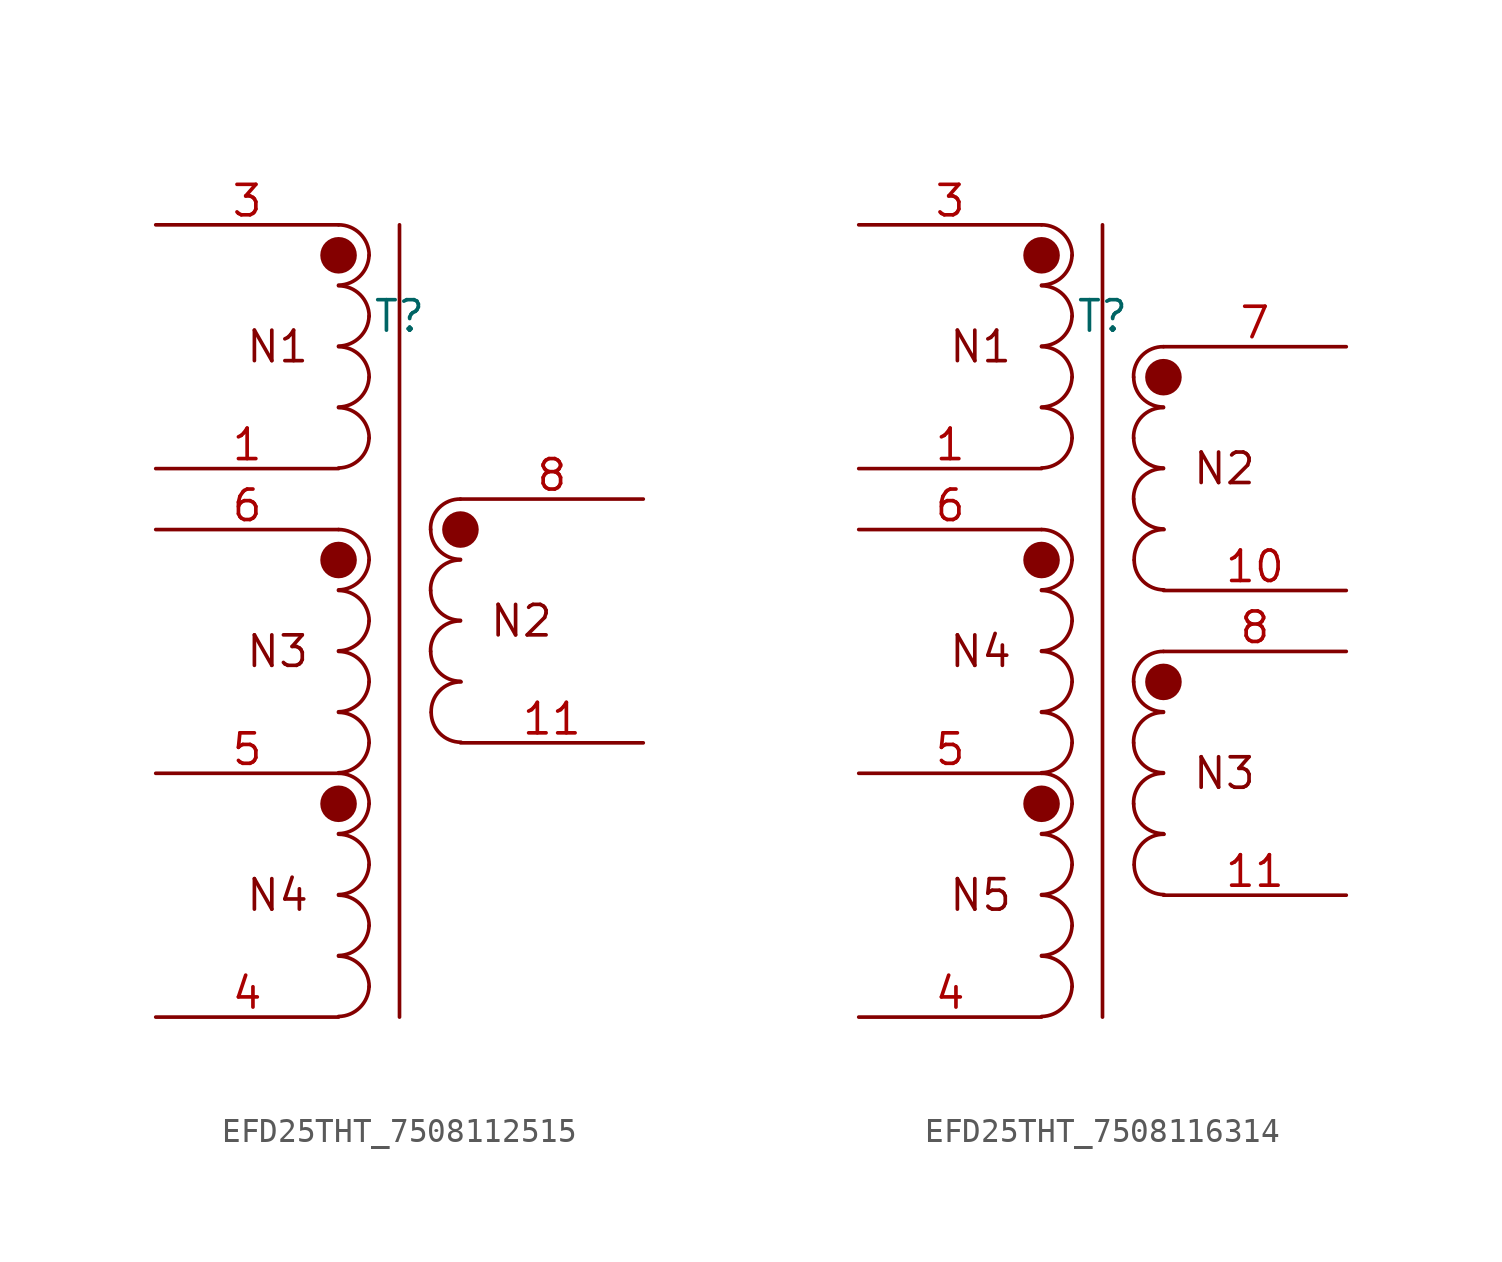
<source format=kicad_sym>
(kicad_symbol_lib
  (version 20220914)
  (generator kicad_symbol_editor)
  (symbol "EFD25THT_7508112515"
    (pin_names hide)
    (property "Reference" "T"
      (at 0 12.7 0)
      (effects (font (size 1.27 1.27))))
    (symbol "EFD25THT_7508112515_0_1"
      (arc (start -2.54 -16.4846) (mid -1.6561 -16.1163) (end -1.27 -15.24) (stroke (width 0) (type default)) (fill (type none)))
      (arc (start -2.54 -13.9446) (mid -1.6561 -13.5763) (end -1.27 -12.7) (stroke (width 0) (type default)) (fill (type none)))
      (arc (start -2.54 -11.4046) (mid -1.6561 -11.0363) (end -1.27 -10.16) (stroke (width 0) (type default)) (fill (type none)))
      (arc (start -2.54 -8.8646) (mid -1.6561 -8.4963) (end -1.27 -7.62) (stroke (width 0) (type default)) (fill (type none)))
      (arc (start -2.54 -6.3246) (mid -1.6561 -5.9563) (end -1.27 -5.08) (stroke (width 0) (type default)) (fill (type none)))
      (arc (start -2.54 -3.7846) (mid -1.6561 -3.4163) (end -1.27 -2.54) (stroke (width 0) (type default)) (fill (type none)))
      (arc (start -2.54 -1.2446) (mid -1.6561 -0.8763) (end -1.27 0) (stroke (width 0) (type default)) (fill (type none)))
      (arc (start -2.54 1.2954) (mid -1.6561 1.6637) (end -1.27 2.54) (stroke (width 0) (type default)) (fill (type none)))
      (arc (start -2.54 6.3754) (mid -1.6561 6.7437) (end -1.27 7.62) (stroke (width 0) (type default)) (fill (type none)))
      (arc (start -2.54 8.9154) (mid -1.6561 9.2837) (end -1.27 10.16) (stroke (width 0) (type default)) (fill (type none)))
      (arc (start -2.54 11.4554) (mid -1.6561 11.8237) (end -1.27 12.7) (stroke (width 0) (type default)) (fill (type none)))
      (arc (start -2.54 13.9954) (mid -1.6561 14.3637) (end -1.27 15.24) (stroke (width 0) (type default)) (fill (type none)))
      (arc (start -1.27 -15.24) (mid -1.642 -14.342) (end -2.54 -13.97) (stroke (width 0) (type default)) (fill (type none)))
      (arc (start -1.27 -12.7) (mid -1.642 -11.802) (end -2.54 -11.43) (stroke (width 0) (type default)) (fill (type none)))
      (arc (start -1.27 -10.16) (mid -1.642 -9.262) (end -2.54 -8.89) (stroke (width 0) (type default)) (fill (type none)))
      (arc (start -1.27 -7.62) (mid -1.642 -6.722) (end -2.54 -6.35) (stroke (width 0) (type default)) (fill (type none)))
      (arc (start -1.27 -5.08) (mid -1.642 -4.182) (end -2.54 -3.81) (stroke (width 0) (type default)) (fill (type none)))
      (arc (start -1.27 -2.54) (mid -1.642 -1.642) (end -2.54 -1.27) (stroke (width 0) (type default)) (fill (type none)))
      (arc (start -1.27 0) (mid -1.642 0.898) (end -2.54 1.27) (stroke (width 0) (type default)) (fill (type none)))
      (arc (start -1.27 2.54) (mid -1.642 3.438) (end -2.54 3.81) (stroke (width 0) (type default)) (fill (type none)))
      (arc (start -1.27 7.62) (mid -1.642 8.518) (end -2.54 8.89) (stroke (width 0) (type default)) (fill (type none)))
      (arc (start -1.27 10.16) (mid -1.642 11.058) (end -2.54 11.43) (stroke (width 0) (type default)) (fill (type none)))
      (arc (start -1.27 12.7) (mid -1.642 13.598) (end -2.54 13.97) (stroke (width 0) (type default)) (fill (type none)))
      (arc (start -1.27 15.24) (mid -1.642 16.138) (end -2.54 16.51) (stroke (width 0) (type default)) (fill (type none)))
      (polyline (pts (xy 0 16.51) (xy 0 -16.51)) (stroke (width 0) (type default)) (fill (type none)))
      (arc (start 1.2954 -1.27) (mid 1.6599 -2.1501) (end 2.54 -2.5146) (stroke (width 0) (type default)) (fill (type none)))
      (arc (start 1.2954 1.27) (mid 1.6599 0.3899) (end 2.54 0.0254) (stroke (width 0) (type default)) (fill (type none)))
      (arc (start 1.2954 3.81) (mid 1.6599 2.9299) (end 2.54 2.5654) (stroke (width 0) (type default)) (fill (type none)))
      (arc (start 1.3208 -3.81) (mid 1.6853 -4.6901) (end 2.5654 -5.0546) (stroke (width 0) (type default)) (fill (type none)))
      (arc (start 2.54 0) (mid 1.642 -0.372) (end 1.2954 -1.27) (stroke (width 0) (type default)) (fill (type none)))
      (arc (start 2.54 2.54) (mid 1.642 2.168) (end 1.2954 1.27) (stroke (width 0) (type default)) (fill (type none)))
      (arc (start 2.54 5.08) (mid 1.642 4.708) (end 1.2954 3.81) (stroke (width 0) (type default)) (fill (type none)))
      (arc (start 2.5654 -2.54) (mid 1.6674 -2.912) (end 1.3208 -3.81) (stroke (width 0) (type default)) (fill (type none))))
    (symbol "EFD25THT_7508112515_1_1"
      (circle (center -2.54 -7.62) (radius 0.0001) (stroke (width 0.762) (type default)) (fill (type none)))
      (circle (center -2.54 2.54) (radius 0.0001) (stroke (width 0.762) (type default)) (fill (type none)))
      (circle (center -2.54 15.24) (radius 0.0001) (stroke (width 0.762) (type default)) (fill (type none)))
      (circle (center 2.54 3.81) (radius 0.0001) (stroke (width 0.762) (type default)) (fill (type none)))
      (text "N1" (at -5.08 11.43 0) (effects (font (size 1.27 1.27))))
      (text "N2" (at 5.08 0 0) (effects (font (size 1.27 1.27))))
      (text "N3" (at -5.08 -1.27 0) (effects (font (size 1.27 1.27))))
      (text "N4" (at -5.08 -11.43 0) (effects (font (size 1.27 1.27))))
      (pin passive line (at -10.16 6.35 0) (length 7.62) (name "1" (effects (font (size 1.27 1.27)))) (number "1" (effects (font (size 1.27 1.27)))))
      (pin passive line (at 10.16 -5.08 180) (length 7.62) (name "11" (effects (font (size 1.27 1.27)))) (number "11" (effects (font (size 1.27 1.27)))))
      (pin passive line (at -10.16 16.51 0) (length 7.62) (name "3" (effects (font (size 1.27 1.27)))) (number "3" (effects (font (size 1.27 1.27)))))
      (pin passive line (at -10.16 -16.51 0) (length 7.62) (name "4" (effects (font (size 1.27 1.27)))) (number "4" (effects (font (size 1.27 1.27)))))
      (pin passive line (at -10.16 -6.35 0) (length 7.62) (name "5" (effects (font (size 1.27 1.27)))) (number "5" (effects (font (size 1.27 1.27)))))
      (pin passive line (at -10.16 3.81 0) (length 7.62) (name "6" (effects (font (size 1.27 1.27)))) (number "6" (effects (font (size 1.27 1.27)))))
      (pin passive line (at 10.16 5.08 180) (length 7.62) (name "8" (effects (font (size 1.27 1.27)))) (number "8" (effects (font (size 1.27 1.27)))))))
  (symbol "EFD25THT_7508116314"
    (pin_names hide)
    (property "Reference" "T"
      (at 0 12.7 0)
      (effects (font (size 1.27 1.27))))
    (symbol "EFD25THT_7508116314_0_1"
      (arc (start -2.54 -16.4846) (mid -1.6561 -16.1163) (end -1.27 -15.24) (stroke (width 0) (type default)) (fill (type none)))
      (arc (start -2.54 -13.9446) (mid -1.6561 -13.5763) (end -1.27 -12.7) (stroke (width 0) (type default)) (fill (type none)))
      (arc (start -2.54 -11.4046) (mid -1.6561 -11.0363) (end -1.27 -10.16) (stroke (width 0) (type default)) (fill (type none)))
      (arc (start -2.54 -8.8646) (mid -1.6561 -8.4963) (end -1.27 -7.62) (stroke (width 0) (type default)) (fill (type none)))
      (arc (start -2.54 -6.3246) (mid -1.6561 -5.9563) (end -1.27 -5.08) (stroke (width 0) (type default)) (fill (type none)))
      (arc (start -2.54 -3.7846) (mid -1.6561 -3.4163) (end -1.27 -2.54) (stroke (width 0) (type default)) (fill (type none)))
      (arc (start -2.54 -1.2446) (mid -1.6561 -0.8763) (end -1.27 0) (stroke (width 0) (type default)) (fill (type none)))
      (arc (start -2.54 1.2954) (mid -1.6561 1.6637) (end -1.27 2.54) (stroke (width 0) (type default)) (fill (type none)))
      (arc (start -2.54 6.3754) (mid -1.6561 6.7437) (end -1.27 7.62) (stroke (width 0) (type default)) (fill (type none)))
      (arc (start -2.54 8.9154) (mid -1.6561 9.2837) (end -1.27 10.16) (stroke (width 0) (type default)) (fill (type none)))
      (arc (start -2.54 11.4554) (mid -1.6561 11.8237) (end -1.27 12.7) (stroke (width 0) (type default)) (fill (type none)))
      (arc (start -2.54 13.9954) (mid -1.6561 14.3637) (end -1.27 15.24) (stroke (width 0) (type default)) (fill (type none)))
      (arc (start -1.27 -15.24) (mid -1.642 -14.342) (end -2.54 -13.97) (stroke (width 0) (type default)) (fill (type none)))
      (arc (start -1.27 -12.7) (mid -1.642 -11.802) (end -2.54 -11.43) (stroke (width 0) (type default)) (fill (type none)))
      (arc (start -1.27 -10.16) (mid -1.642 -9.262) (end -2.54 -8.89) (stroke (width 0) (type default)) (fill (type none)))
      (arc (start -1.27 -7.62) (mid -1.642 -6.722) (end -2.54 -6.35) (stroke (width 0) (type default)) (fill (type none)))
      (arc (start -1.27 -5.08) (mid -1.642 -4.182) (end -2.54 -3.81) (stroke (width 0) (type default)) (fill (type none)))
      (arc (start -1.27 -2.54) (mid -1.642 -1.642) (end -2.54 -1.27) (stroke (width 0) (type default)) (fill (type none)))
      (arc (start -1.27 0) (mid -1.642 0.898) (end -2.54 1.27) (stroke (width 0) (type default)) (fill (type none)))
      (arc (start -1.27 2.54) (mid -1.642 3.438) (end -2.54 3.81) (stroke (width 0) (type default)) (fill (type none)))
      (arc (start -1.27 7.62) (mid -1.642 8.518) (end -2.54 8.89) (stroke (width 0) (type default)) (fill (type none)))
      (arc (start -1.27 10.16) (mid -1.642 11.058) (end -2.54 11.43) (stroke (width 0) (type default)) (fill (type none)))
      (arc (start -1.27 12.7) (mid -1.642 13.598) (end -2.54 13.97) (stroke (width 0) (type default)) (fill (type none)))
      (arc (start -1.27 15.24) (mid -1.642 16.138) (end -2.54 16.51) (stroke (width 0) (type default)) (fill (type none)))
      (polyline (pts (xy 0 16.51) (xy 0 -16.51)) (stroke (width 0) (type default)) (fill (type none)))
      (arc (start 1.2954 -7.62) (mid 1.6599 -8.5001) (end 2.54 -8.8646) (stroke (width 0) (type default)) (fill (type none)))
      (arc (start 1.2954 -5.08) (mid 1.6599 -5.9601) (end 2.54 -6.3246) (stroke (width 0) (type default)) (fill (type none)))
      (arc (start 1.2954 -2.54) (mid 1.6599 -3.4201) (end 2.54 -3.7846) (stroke (width 0) (type default)) (fill (type none)))
      (arc (start 1.2954 5.08) (mid 1.6599 4.1999) (end 2.54 3.8354) (stroke (width 0) (type default)) (fill (type none)))
      (arc (start 1.2954 7.62) (mid 1.6599 6.7399) (end 2.54 6.3754) (stroke (width 0) (type default)) (fill (type none)))
      (arc (start 1.2954 10.16) (mid 1.6599 9.2799) (end 2.54 8.9154) (stroke (width 0) (type default)) (fill (type none)))
      (arc (start 1.3208 -10.16) (mid 1.6854 -11.0399) (end 2.5654 -11.4046) (stroke (width 0) (type default)) (fill (type none)))
      (arc (start 1.3208 2.54) (mid 1.6855 1.6601) (end 2.5654 1.2954) (stroke (width 0) (type default)) (fill (type none)))
      (arc (start 2.54 -6.35) (mid 1.6458 -6.7185) (end 1.2954 -7.62) (stroke (width 0) (type default)) (fill (type none)))
      (arc (start 2.54 -3.81) (mid 1.6458 -4.1785) (end 1.2954 -5.08) (stroke (width 0) (type default)) (fill (type none)))
      (arc (start 2.54 -1.27) (mid 1.6458 -1.6385) (end 1.2954 -2.54) (stroke (width 0) (type default)) (fill (type none)))
      (arc (start 2.54 6.35) (mid 1.6458 5.9815) (end 1.2954 5.08) (stroke (width 0) (type default)) (fill (type none)))
      (arc (start 2.54 8.89) (mid 1.6458 8.5215) (end 1.2954 7.62) (stroke (width 0) (type default)) (fill (type none)))
      (arc (start 2.54 11.43) (mid 1.6458 11.0615) (end 1.2954 10.16) (stroke (width 0) (type default)) (fill (type none)))
      (arc (start 2.5654 -8.89) (mid 1.6709 -9.2583) (end 1.3208 -10.16) (stroke (width 0) (type default)) (fill (type none)))
      (arc (start 2.5654 3.81) (mid 1.6709 3.4417) (end 1.3208 2.54) (stroke (width 0) (type default)) (fill (type none))))
    (symbol "EFD25THT_7508116314_1_1"
      (circle (center -2.54 -7.62) (radius 0.0001) (stroke (width 0.762) (type default)) (fill (type none)))
      (circle (center -2.54 2.54) (radius 0.0001) (stroke (width 0.762) (type default)) (fill (type none)))
      (circle (center -2.54 15.24) (radius 0.0001) (stroke (width 0.762) (type default)) (fill (type none)))
      (circle (center 2.54 -2.54) (radius 0.0001) (stroke (width 0.762) (type default)) (fill (type none)))
      (circle (center 2.54 10.16) (radius 0.0001) (stroke (width 0.762) (type default)) (fill (type none)))
      (text "N1" (at -5.08 11.43 0) (effects (font (size 1.27 1.27))))
      (text "N2" (at 5.08 6.35 0) (effects (font (size 1.27 1.27))))
      (text "N3" (at 5.08 -6.35 0) (effects (font (size 1.27 1.27))))
      (text "N4" (at -5.08 -1.27 0) (effects (font (size 1.27 1.27))))
      (text "N5" (at -5.08 -11.43 0) (effects (font (size 1.27 1.27))))
      (pin passive line (at -10.16 6.35 0) (length 7.62) (name "1" (effects (font (size 1.27 1.27)))) (number "1" (effects (font (size 1.27 1.27)))))
      (pin passive line (at 10.16 1.27 180) (length 7.62) (name "10" (effects (font (size 1.27 1.27)))) (number "10" (effects (font (size 1.27 1.27)))))
      (pin passive line (at 10.16 -11.43 180) (length 7.62) (name "11" (effects (font (size 1.27 1.27)))) (number "11" (effects (font (size 1.27 1.27)))))
      (pin passive line (at -10.16 16.51 0) (length 7.62) (name "3" (effects (font (size 1.27 1.27)))) (number "3" (effects (font (size 1.27 1.27)))))
      (pin passive line (at -10.16 -16.51 0) (length 7.62) (name "4" (effects (font (size 1.27 1.27)))) (number "4" (effects (font (size 1.27 1.27)))))
      (pin passive line (at -10.16 -6.35 0) (length 7.62) (name "5" (effects (font (size 1.27 1.27)))) (number "5" (effects (font (size 1.27 1.27)))))
      (pin passive line (at -10.16 3.81 0) (length 7.62) (name "6" (effects (font (size 1.27 1.27)))) (number "6" (effects (font (size 1.27 1.27)))))
      (pin passive line (at 10.16 11.43 180) (length 7.62) (name "7" (effects (font (size 1.27 1.27)))) (number "7" (effects (font (size 1.27 1.27)))))
      (pin passive line (at 10.16 -1.27 180) (length 7.62) (name "8" (effects (font (size 1.27 1.27)))) (number "8" (effects (font (size 1.27 1.27))))))))
</source>
